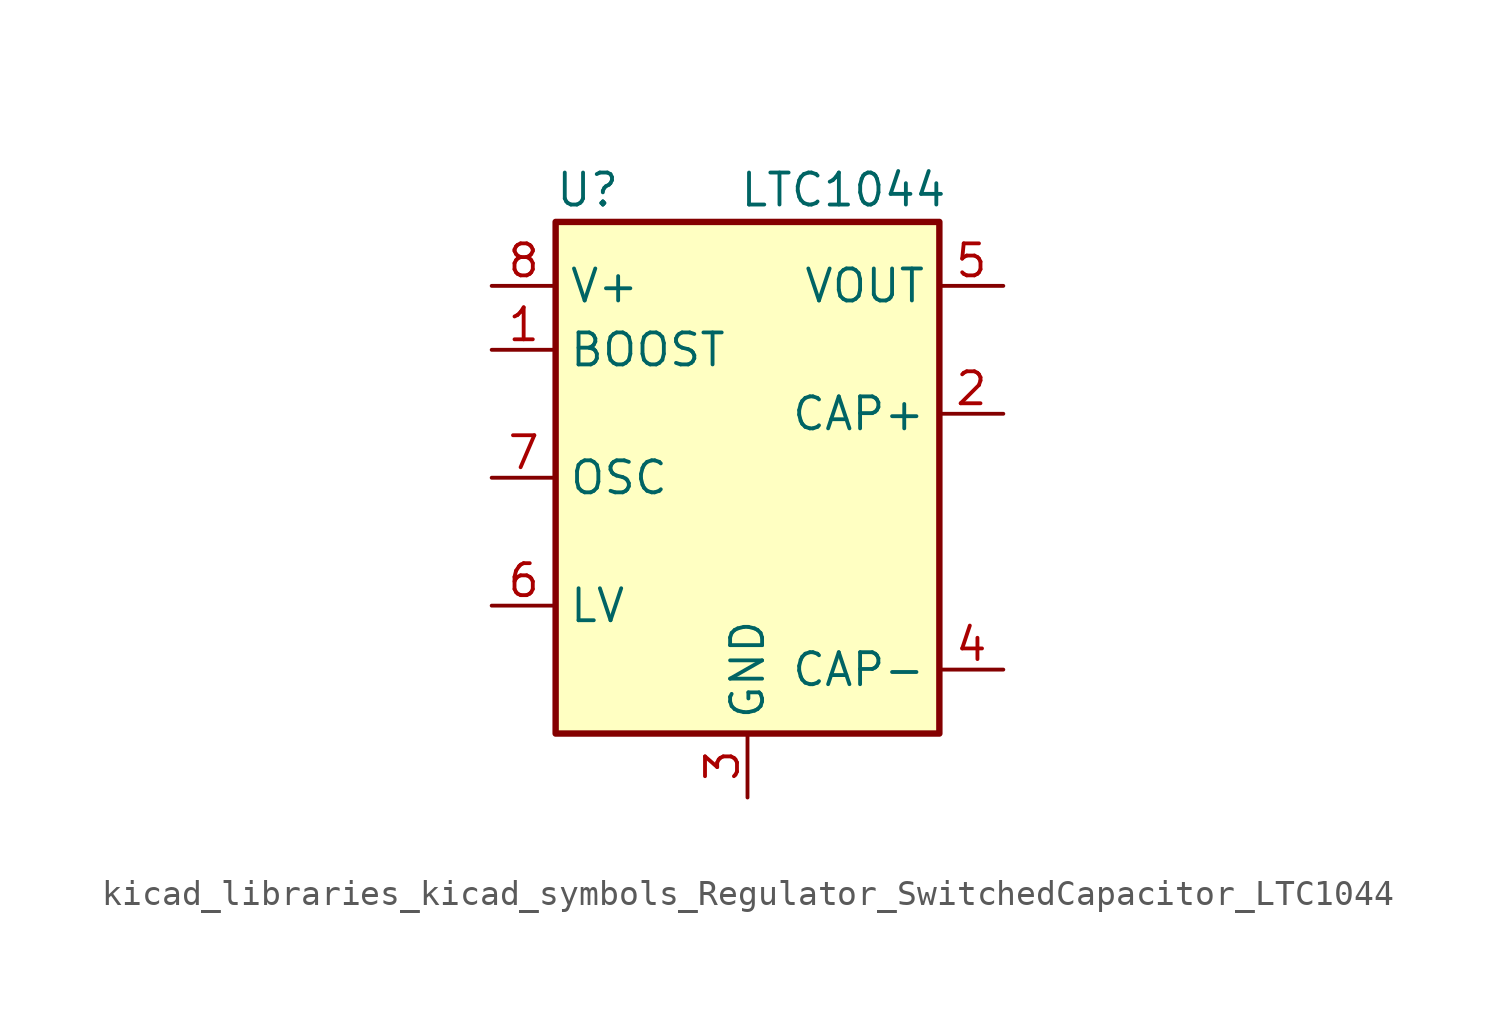
<source format=kicad_sym>
(kicad_symbol_lib
  (version 20220914)
  (generator kicad_symbol_editor)
  (symbol "kicad_libraries_kicad_symbols_Regulator_SwitchedCapacitor_LTC1044"
    (property "Reference" "U"
      (at -6.35 11.43 0)
      (effects (font (size 1.27 1.27))))
    (property "Value" "LTC1044"
      (at 3.81 11.43 0)
      (effects (font (size 1.27 1.27))))
    (symbol "kicad_libraries_kicad_symbols_Regulator_SwitchedCapacitor_LTC1044_0_1"
      (rectangle (start -7.62 10.16) (end 7.62 -10.16) (stroke (width 0.254) (type default)) (fill (type background))))
    (symbol "kicad_libraries_kicad_symbols_Regulator_SwitchedCapacitor_LTC1044_1_1"
      (pin input line (at -10.16 5.08 0) (length 2.54) (name "BOOST" (effects (font (size 1.27 1.27)))) (number "1" (effects (font (size 1.27 1.27)))))
      (pin input line (at 10.16 2.54 180) (length 2.54) (name "CAP+" (effects (font (size 1.27 1.27)))) (number "2" (effects (font (size 1.27 1.27)))))
      (pin power_in line (at 0 -12.7 90) (length 2.54) (name "GND" (effects (font (size 1.27 1.27)))) (number "3" (effects (font (size 1.27 1.27)))))
      (pin input line (at 10.16 -7.62 180) (length 2.54) (name "CAP-" (effects (font (size 1.27 1.27)))) (number "4" (effects (font (size 1.27 1.27)))))
      (pin power_out line (at 10.16 7.62 180) (length 2.54) (name "VOUT" (effects (font (size 1.27 1.27)))) (number "5" (effects (font (size 1.27 1.27)))))
      (pin input line (at -10.16 -5.08 0) (length 2.54) (name "LV" (effects (font (size 1.27 1.27)))) (number "6" (effects (font (size 1.27 1.27)))))
      (pin input line (at -10.16 0 0) (length 2.54) (name "OSC" (effects (font (size 1.27 1.27)))) (number "7" (effects (font (size 1.27 1.27)))))
      (pin power_in line (at -10.16 7.62 0) (length 2.54) (name "V+" (effects (font (size 1.27 1.27)))) (number "8" (effects (font (size 1.27 1.27))))))))
</source>
